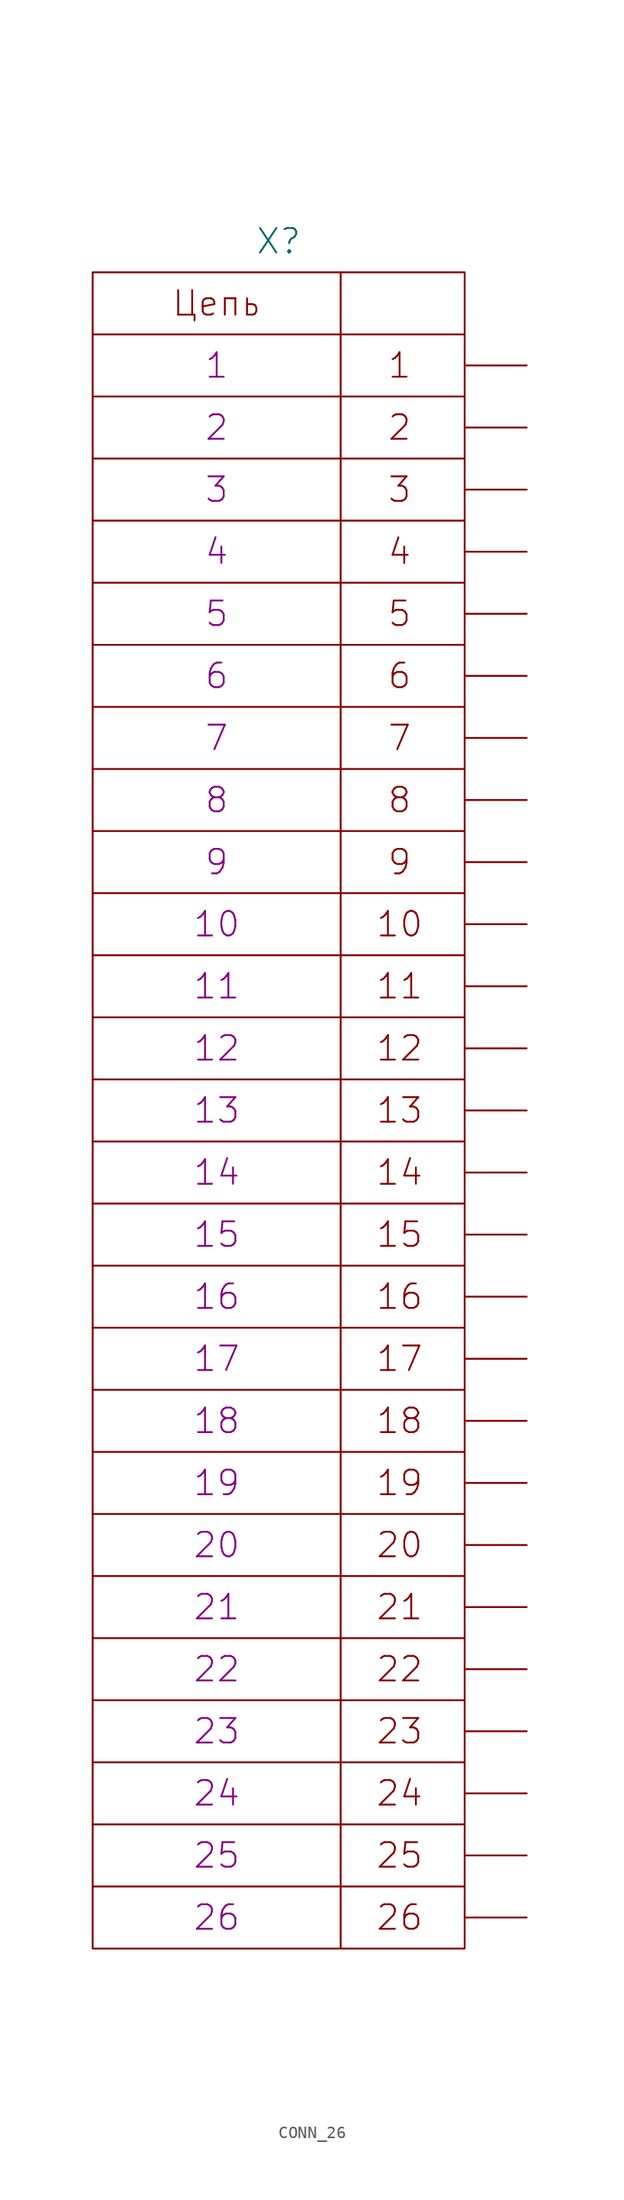
<source format=kicad_sym>
(kicad_symbol_lib
  (version 20231120)
  (generator "kicad_symbol_editor")
  (generator_version "8.0")
  (symbol "CONN_26"
    (pin_numbers hide)
    (pin_names
      (offset 0) hide)
    (property "Reference" "X"
      (at 0 71.12 0)
      (effects (font (size 2.007 2.007))))
    (property "PIN1" "1"
      (at -5.08 60.96 0)
      (effects (font (size 2.007 2.007))))
    (property "PIN2" "2"
      (at -5.08 55.88 0)
      (effects (font (size 2.007 2.007))))
    (property "PIN3" "3"
      (at -5.08 50.8 0)
      (effects (font (size 2.007 2.007))))
    (property "PIN4" "4"
      (at -5.08 45.72 0)
      (effects (font (size 2.007 2.007))))
    (property "PIN5" "5"
      (at -5.08 40.64 0)
      (effects (font (size 2.007 2.007))))
    (property "PIN6" "6"
      (at -5.08 35.56 0)
      (effects (font (size 2.007 2.007))))
    (property "PIN7" "7"
      (at -5.08 30.48 0)
      (effects (font (size 2.007 2.007))))
    (property "PIN8" "8"
      (at -5.08 25.4 0)
      (effects (font (size 2.007 2.007))))
    (property "PIN9" "9"
      (at -5.08 20.32 0)
      (effects (font (size 2.007 2.007))))
    (property "PIN10" "10"
      (at -5.08 15.24 0)
      (effects (font (size 2.007 2.007))))
    (property "PIN11" "11"
      (at -5.08 10.16 0)
      (effects (font (size 2.007 2.007))))
    (property "PIN12" "12"
      (at -5.08 5.08 0)
      (effects (font (size 2.007 2.007))))
    (property "PIN13" "13"
      (at -5.08 0 0)
      (effects (font (size 2.007 2.007))))
    (property "PIN14" "14"
      (at -5.08 -5.08 0)
      (effects (font (size 2.007 2.007))))
    (property "PIN15" "15"
      (at -5.08 -10.16 0)
      (effects (font (size 2.007 2.007))))
    (property "PIN16" "16"
      (at -5.08 -15.24 0)
      (effects (font (size 2.007 2.007))))
    (property "PIN17" "17"
      (at -5.08 -20.32 0)
      (effects (font (size 2.007 2.007))))
    (property "PIN18" "18"
      (at -5.08 -25.4 0)
      (effects (font (size 2.007 2.007))))
    (property "PIN19" "19"
      (at -5.08 -30.48 0)
      (effects (font (size 2.007 2.007))))
    (property "PIN20" "20"
      (at -5.08 -35.56 0)
      (effects (font (size 2.007 2.007))))
    (property "PIN21" "21"
      (at -5.08 -40.64 0)
      (effects (font (size 2.007 2.007))))
    (property "PIN22" "22"
      (at -5.08 -45.72 0)
      (effects (font (size 2.007 2.007))))
    (property "PIN23" "23"
      (at -5.08 -50.8 0)
      (effects (font (size 2.007 2.007))))
    (property "PIN24" "24"
      (at -5.08 -55.88 0)
      (effects (font (size 2.007 2.007))))
    (property "PIN25" "25"
      (at -5.08 -60.96 0)
      (effects (font (size 2.007 2.007))))
    (property "PIN26" "26"
      (at -5.08 -66.04 0)
      (effects (font (size 2.007 2.007))))
    (symbol "CONN_26_0_0"
      (polyline (pts (xy -15.24 -63.5) (xy 15.24 -63.5)) (stroke (width 0) (type solid)) (fill (type none)))
      (polyline (pts (xy -15.24 -58.42) (xy 15.24 -58.42)) (stroke (width 0) (type solid)) (fill (type none)))
      (polyline (pts (xy -15.24 -53.34) (xy 15.24 -53.34)) (stroke (width 0) (type solid)) (fill (type none)))
      (polyline (pts (xy -15.24 -48.26) (xy 15.24 -48.26)) (stroke (width 0) (type solid)) (fill (type none)))
      (polyline (pts (xy -15.24 -43.18) (xy 15.24 -43.18)) (stroke (width 0) (type solid)) (fill (type none)))
      (polyline (pts (xy -15.24 -38.1) (xy 15.24 -38.1)) (stroke (width 0) (type solid)) (fill (type none)))
      (polyline (pts (xy -15.24 -33.02) (xy 15.24 -33.02)) (stroke (width 0) (type solid)) (fill (type none)))
      (polyline (pts (xy -15.24 -27.94) (xy 15.24 -27.94)) (stroke (width 0) (type solid)) (fill (type none)))
      (polyline (pts (xy -15.24 -22.86) (xy 15.24 -22.86)) (stroke (width 0) (type solid)) (fill (type none)))
      (polyline (pts (xy -15.24 -17.78) (xy 15.24 -17.78)) (stroke (width 0) (type solid)) (fill (type none)))
      (polyline (pts (xy -15.24 -12.7) (xy 15.24 -12.7)) (stroke (width 0) (type solid)) (fill (type none)))
      (polyline (pts (xy -15.24 -7.62) (xy 15.24 -7.62)) (stroke (width 0) (type solid)) (fill (type none)))
      (polyline (pts (xy -15.24 -2.54) (xy 15.24 -2.54)) (stroke (width 0) (type solid)) (fill (type none)))
      (polyline (pts (xy -15.24 2.54) (xy 15.24 2.54)) (stroke (width 0) (type solid)) (fill (type none)))
      (polyline (pts (xy -15.24 7.62) (xy 15.24 7.62)) (stroke (width 0) (type solid)) (fill (type none)))
      (polyline (pts (xy -15.24 12.7) (xy 15.24 12.7)) (stroke (width 0) (type solid)) (fill (type none)))
      (polyline (pts (xy -15.24 17.78) (xy 15.24 17.78)) (stroke (width 0) (type solid)) (fill (type none)))
      (polyline (pts (xy -15.24 22.86) (xy 15.24 22.86)) (stroke (width 0) (type solid)) (fill (type none)))
      (polyline (pts (xy -15.24 27.94) (xy 15.24 27.94)) (stroke (width 0) (type solid)) (fill (type none)))
      (polyline (pts (xy -15.24 33.02) (xy 15.24 33.02)) (stroke (width 0) (type solid)) (fill (type none)))
      (polyline (pts (xy -15.24 38.1) (xy 15.24 38.1)) (stroke (width 0) (type solid)) (fill (type none)))
      (polyline (pts (xy -15.24 43.18) (xy 15.24 43.18)) (stroke (width 0) (type solid)) (fill (type none)))
      (polyline (pts (xy -15.24 48.26) (xy 15.24 48.26)) (stroke (width 0) (type solid)) (fill (type none)))
      (polyline (pts (xy -15.24 53.34) (xy 15.24 53.34)) (stroke (width 0) (type solid)) (fill (type none)))
      (polyline (pts (xy -15.24 58.42) (xy 15.24 58.42)) (stroke (width 0) (type solid)) (fill (type none)))
      (polyline (pts (xy -15.24 63.5) (xy 15.24 63.5)) (stroke (width 0) (type solid)) (fill (type none)))
      (polyline (pts (xy 5.08 68.58) (xy 5.08 -68.58)) (stroke (width 0) (type solid)) (fill (type none)))
      (rectangle (start 15.24 68.58) (end -15.24 -68.58) (stroke (width 0) (type solid)) (fill (type none))))
    (symbol "CONN_26_1_1"
      (text "1" (at 9.906 60.96 0) (effects (font (size 2.007 2.007))))
      (text "10" (at 9.906 15.24 0) (effects (font (size 2.007 2.007))))
      (text "11" (at 9.906 10.16 0) (effects (font (size 2.007 2.007))))
      (text "12" (at 9.906 5.08 0) (effects (font (size 2.007 2.007))))
      (text "13" (at 9.906 0 0) (effects (font (size 2.007 2.007))))
      (text "14" (at 9.906 -5.08 0) (effects (font (size 2.007 2.007))))
      (text "15" (at 9.906 -10.16 0) (effects (font (size 2.007 2.007))))
      (text "16" (at 9.906 -15.24 0) (effects (font (size 2.007 2.007))))
      (text "17" (at 9.906 -20.32 0) (effects (font (size 2.007 2.007))))
      (text "18" (at 9.906 -25.4 0) (effects (font (size 2.007 2.007))))
      (text "19" (at 9.906 -30.48 0) (effects (font (size 2.007 2.007))))
      (text "2" (at 9.906 55.88 0) (effects (font (size 2.007 2.007))))
      (text "20" (at 9.906 -35.56 0) (effects (font (size 2.007 2.007))))
      (text "21" (at 9.906 -40.64 0) (effects (font (size 2.007 2.007))))
      (text "22" (at 9.906 -45.72 0) (effects (font (size 2.007 2.007))))
      (text "23" (at 9.906 -50.8 0) (effects (font (size 2.007 2.007))))
      (text "24" (at 9.906 -55.88 0) (effects (font (size 2.007 2.007))))
      (text "25" (at 9.906 -60.96 0) (effects (font (size 2.007 2.007))))
      (text "26" (at 9.906 -66.04 0) (effects (font (size 2.007 2.007))))
      (text "3" (at 9.906 50.8 0) (effects (font (size 2.007 2.007))))
      (text "4" (at 9.906 45.72 0) (effects (font (size 2.007 2.007))))
      (text "5" (at 9.906 40.64 0) (effects (font (size 2.007 2.007))))
      (text "6" (at 9.906 35.56 0) (effects (font (size 2.007 2.007))))
      (text "7" (at 9.906 30.48 0) (effects (font (size 2.007 2.007))))
      (text "8" (at 9.906 25.4 0) (effects (font (size 2.007 2.007))))
      (text "9" (at 9.906 20.32 0) (effects (font (size 2.007 2.007))))
      (text "Цепь" (at -5.08 66.04 0) (effects (font (size 2.007 2.007))))
      (pin passive line (at 20.32 60.96 180) (length 5.08) (name "1" (effects (font (size 2.007 2.007)))) (number "1" (effects (font (size 2.007 2.007)))))
      (pin passive line (at 20.32 15.24 180) (length 5.08) (name "10" (effects (font (size 2.007 2.007)))) (number "10" (effects (font (size 2.007 2.007)))))
      (pin passive line (at 20.32 10.16 180) (length 5.08) (name "11" (effects (font (size 2.007 2.007)))) (number "11" (effects (font (size 2.007 2.007)))))
      (pin passive line (at 20.32 5.08 180) (length 5.08) (name "12" (effects (font (size 2.007 2.007)))) (number "12" (effects (font (size 2.007 2.007)))))
      (pin passive line (at 20.32 0 180) (length 5.08) (name "13" (effects (font (size 2.007 2.007)))) (number "13" (effects (font (size 2.007 2.007)))))
      (pin passive line (at 20.32 -5.08 180) (length 5.08) (name "14" (effects (font (size 2.007 2.007)))) (number "14" (effects (font (size 2.007 2.007)))))
      (pin passive line (at 20.32 -10.16 180) (length 5.08) (name "15" (effects (font (size 2.007 2.007)))) (number "15" (effects (font (size 2.007 2.007)))))
      (pin passive line (at 20.32 -15.24 180) (length 5.08) (name "16" (effects (font (size 2.007 2.007)))) (number "16" (effects (font (size 2.007 2.007)))))
      (pin passive line (at 20.32 -20.32 180) (length 5.08) (name "17" (effects (font (size 2.007 2.007)))) (number "17" (effects (font (size 2.007 2.007)))))
      (pin passive line (at 20.32 -25.4 180) (length 5.08) (name "18" (effects (font (size 2.007 2.007)))) (number "18" (effects (font (size 2.007 2.007)))))
      (pin passive line (at 20.32 -30.48 180) (length 5.08) (name "19" (effects (font (size 2.007 2.007)))) (number "19" (effects (font (size 2.007 2.007)))))
      (pin passive line (at 20.32 55.88 180) (length 5.08) (name "2" (effects (font (size 2.007 2.007)))) (number "2" (effects (font (size 2.007 2.007)))))
      (pin passive line (at 20.32 -35.56 180) (length 5.08) (name "20" (effects (font (size 2.007 2.007)))) (number "20" (effects (font (size 2.007 2.007)))))
      (pin passive line (at 20.32 -40.64 180) (length 5.08) (name "21" (effects (font (size 2.007 2.007)))) (number "21" (effects (font (size 2.007 2.007)))))
      (pin passive line (at 20.32 -45.72 180) (length 5.08) (name "22" (effects (font (size 2.007 2.007)))) (number "22" (effects (font (size 2.007 2.007)))))
      (pin passive line (at 20.32 -50.8 180) (length 5.08) (name "23" (effects (font (size 2.007 2.007)))) (number "23" (effects (font (size 2.007 2.007)))))
      (pin passive line (at 20.32 -55.88 180) (length 5.08) (name "24" (effects (font (size 2.007 2.007)))) (number "24" (effects (font (size 2.007 2.007)))))
      (pin passive line (at 20.32 -60.96 180) (length 5.08) (name "25" (effects (font (size 2.007 2.007)))) (number "25" (effects (font (size 2.007 2.007)))))
      (pin passive line (at 20.32 -66.04 180) (length 5.08) (name "26" (effects (font (size 2.007 2.007)))) (number "26" (effects (font (size 2.007 2.007)))))
      (pin passive line (at 20.32 50.8 180) (length 5.08) (name "3" (effects (font (size 2.007 2.007)))) (number "3" (effects (font (size 2.007 2.007)))))
      (pin passive line (at 20.32 45.72 180) (length 5.08) (name "4" (effects (font (size 2.007 2.007)))) (number "4" (effects (font (size 2.007 2.007)))))
      (pin passive line (at 20.32 40.64 180) (length 5.08) (name "5" (effects (font (size 2.007 2.007)))) (number "5" (effects (font (size 2.007 2.007)))))
      (pin passive line (at 20.32 35.56 180) (length 5.08) (name "6" (effects (font (size 2.007 2.007)))) (number "6" (effects (font (size 2.007 2.007)))))
      (pin passive line (at 20.32 30.48 180) (length 5.08) (name "7" (effects (font (size 2.007 2.007)))) (number "7" (effects (font (size 2.007 2.007)))))
      (pin passive line (at 20.32 25.4 180) (length 5.08) (name "8" (effects (font (size 2.007 2.007)))) (number "8" (effects (font (size 2.007 2.007)))))
      (pin passive line (at 20.32 20.32 180) (length 5.08) (name "9" (effects (font (size 2.007 2.007)))) (number "9" (effects (font (size 2.007 2.007))))))))
</source>
